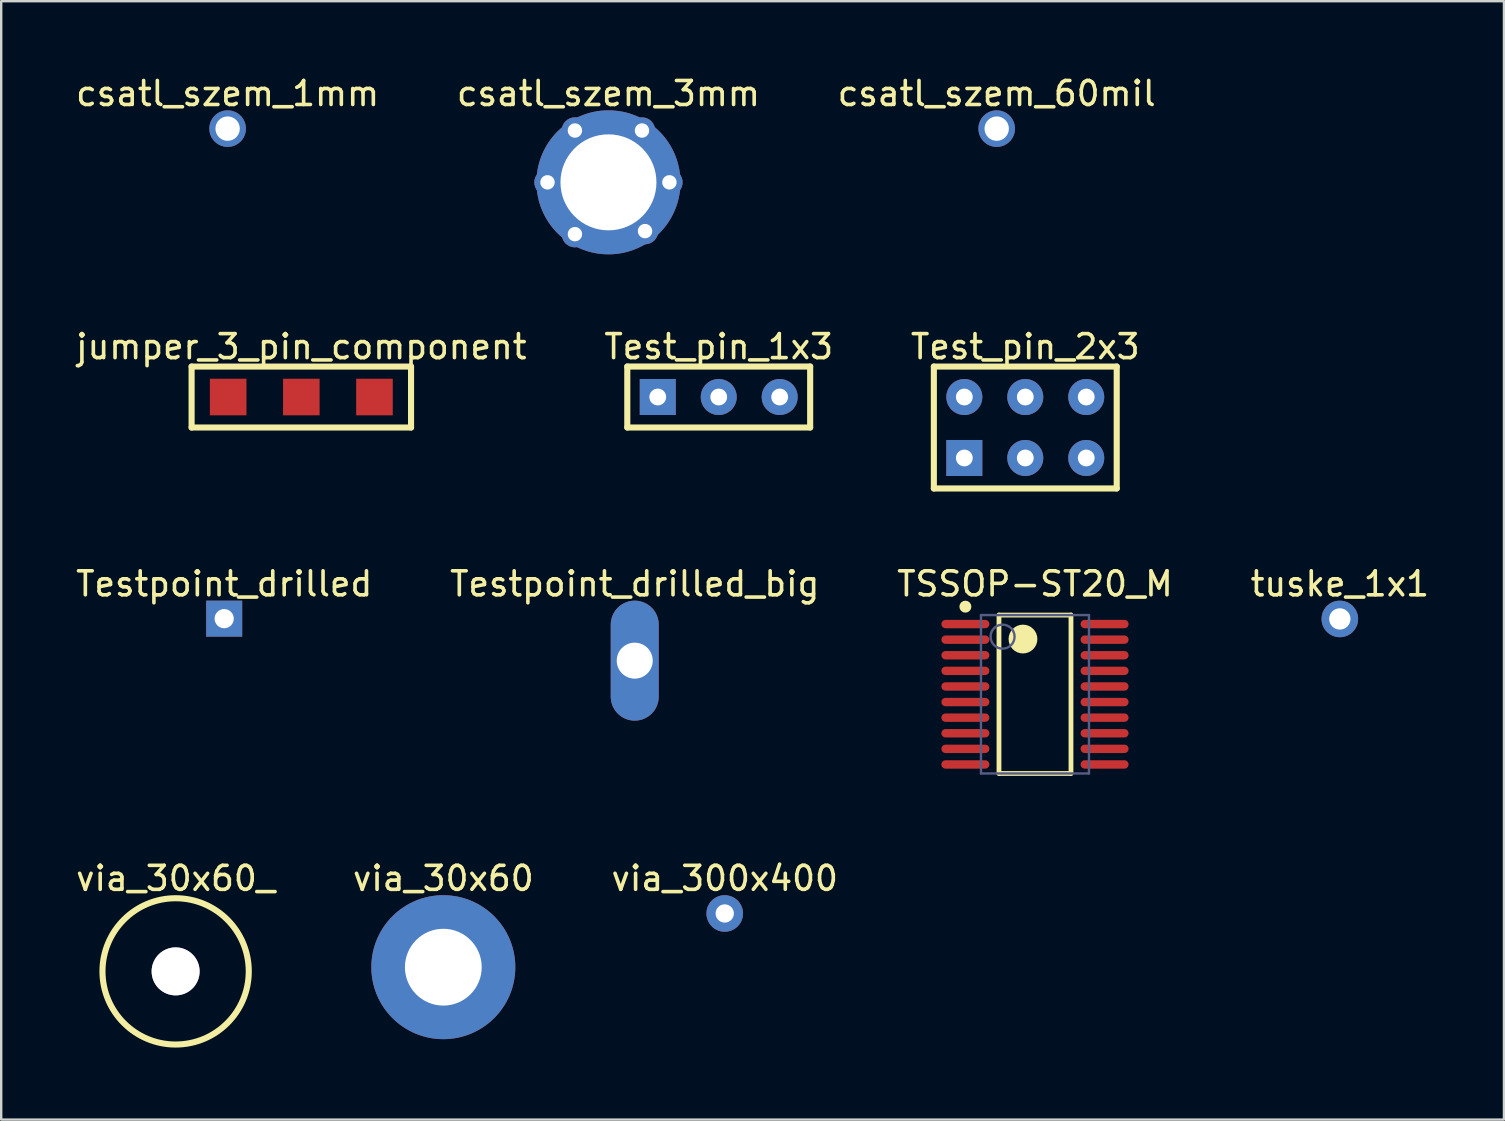
<source format=kicad_pcb>
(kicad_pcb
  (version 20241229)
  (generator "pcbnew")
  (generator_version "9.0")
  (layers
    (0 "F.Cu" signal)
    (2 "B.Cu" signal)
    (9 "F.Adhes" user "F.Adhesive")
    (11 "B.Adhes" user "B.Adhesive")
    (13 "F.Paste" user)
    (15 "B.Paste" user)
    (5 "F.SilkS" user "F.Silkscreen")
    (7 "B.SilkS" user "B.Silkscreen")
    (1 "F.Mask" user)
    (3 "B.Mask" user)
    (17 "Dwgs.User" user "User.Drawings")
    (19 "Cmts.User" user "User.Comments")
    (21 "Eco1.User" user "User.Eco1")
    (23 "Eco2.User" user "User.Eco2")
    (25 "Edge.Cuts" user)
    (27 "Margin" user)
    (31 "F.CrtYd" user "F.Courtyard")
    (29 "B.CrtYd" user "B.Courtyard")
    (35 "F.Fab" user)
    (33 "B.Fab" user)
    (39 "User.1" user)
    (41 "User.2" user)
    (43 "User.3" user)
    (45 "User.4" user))
  (footprint "via_300x400"
    (layer "F.Cu")
    (at 27.149 35.014)
    (property "Reference" "via_300x400" (at 0 -1.462 0) (layer "F.SilkS") (effects (font (size 1 1) (thickness 0.15))))
    (pad "1" thru_hole circle (at 0 0) (size 1.524 1.524) (drill 0.762) (layers "*.Cu" "*.Mask")))
  (footprint "Test_pin_2x3"
    (layer "F.Cu")
    (at 39.673 14.764)
    (property "Reference" "Test_pin_2x3" (at 0 -3.367 0) (layer "F.SilkS") (effects (font (size 1 1) (thickness 0.15))))
    (fp_line (start -3.81 -2.54) (end 3.81 -2.54) (stroke (width 0.254) (type solid)) (layer "F.SilkS"))
    (fp_line (start -3.81 2.54) (end -3.81 -2.54) (stroke (width 0.254) (type solid)) (layer "F.SilkS"))
    (fp_line (start -3.81 2.54) (end 3.81 2.54) (stroke (width 0.254) (type solid)) (layer "F.SilkS"))
    (fp_line (start 3.81 2.54) (end 3.81 -2.54) (stroke (width 0.254) (type solid)) (layer "F.SilkS"))
    (pad "1" thru_hole rect (at -2.54 1.27) (size 1.5 1.5) (drill 0.7) (layers "*.Cu" "*.Mask"))
    (pad "2" thru_hole circle (at -2.54 -1.27) (size 1.5 1.5) (drill 0.7) (layers "*.Cu" "*.Mask"))
    (pad "3" thru_hole circle (at 0 1.27) (size 1.5 1.5) (drill 0.7) (layers "*.Cu" "*.Mask"))
    (pad "4" thru_hole circle (at 0 -1.27) (size 1.5 1.5) (drill 0.7) (layers "*.Cu" "*.Mask"))
    (pad "5" thru_hole circle (at 2.54 1.27) (size 1.5 1.5) (drill 0.7) (layers "*.Cu" "*.Mask"))
    (pad "6" thru_hole circle (at 2.54 -1.27) (size 1.5 1.5) (drill 0.7) (layers "*.Cu" "*.Mask")))
  (footprint "Test_pin_1x3"
    (layer "F.Cu")
    (at 26.899 13.493)
    (property "Reference" "Test_pin_1x3" (at 0 -2.097 0) (layer "F.SilkS") (effects (font (size 1 1) (thickness 0.15))))
    (fp_line (start -3.81 -1.27) (end 3.81 -1.27) (stroke (width 0.254) (type solid)) (layer "F.SilkS"))
    (fp_line (start -3.81 1.27) (end -3.81 -1.27) (stroke (width 0.254) (type solid)) (layer "F.SilkS"))
    (fp_line (start -3.81 1.27) (end 3.81 1.27) (stroke (width 0.254) (type solid)) (layer "F.SilkS"))
    (fp_line (start 3.81 1.27) (end 3.81 -1.27) (stroke (width 0.254) (type solid)) (layer "F.SilkS"))
    (pad "1" thru_hole rect (at -2.54 0) (size 1.5 1.5) (drill 0.7) (layers "*.Cu" "*.Mask"))
    (pad "2" thru_hole circle (at 0 0) (size 1.5 1.5) (drill 0.7) (layers "*.Cu" "*.Mask"))
    (pad "3" thru_hole circle (at 2.54 0) (size 1.5 1.5) (drill 0.7) (layers "*.Cu" "*.Mask")))
  (footprint "csatl_szem_60mil"
    (layer "F.Cu")
    (at 38.482 2.31)
    (property "Reference" "csatl_szem_60mil" (at 0 -1.462 0) (layer "F.SilkS") (effects (font (size 1 1) (thickness 0.15))))
    (pad "1" thru_hole circle (at 0 0) (size 1.524 1.524) (drill 1.016) (layers "*.Cu" "*.Mask")))
  (footprint "csatl_szem_1mm"
    (layer "F.Cu")
    (at 6.435 2.31)
    (property "Reference" "csatl_szem_1mm" (at 0 -1.462 0) (layer "F.SilkS") (effects (font (size 1 1) (thickness 0.15))))
    (pad "1" thru_hole circle (at 0 0 90) (size 1.524 1.524) (drill 1.016) (layers "*.Cu" "*.Mask")))
  (footprint "Testpoint_drilled_big"
    (layer "F.Cu")
    (at 23.399 24.479)
    (property "Reference" "Testpoint_drilled_big" (at 0 -3.2 0) (layer "F.SilkS") (effects (font (size 1 1) (thickness 0.15))))
    (pad "1" thru_hole oval (at 0 0) (size 2 5) (drill 1.5) (layers "*.Cu" "*.Mask")))
  (footprint "tuske_1x1"
    (layer "F.Cu")
    (at 52.805 22.741)
    (property "Reference" "tuske_1x1" (at -0.025 -1.462 0) (layer "F.SilkS") (effects (font (size 1 1) (thickness 0.15))))
    (pad "1" thru_hole circle (at -0.025 0 90) (size 1.524 1.524) (drill 0.889) (layers "*.Cu" "*.Mask")))
  (footprint "csatl_szem_3mm"
    (layer "F.Cu")
    (at 22.304 4.548)
    (property "Reference" "csatl_szem_3mm" (at 0 -3.7 0) (layer "F.SilkS") (effects (font (size 1 1) (thickness 0.15))))
    (fp_line (start -2.667 0.127) (end -2.54 0) (stroke (width 0.635) (type solid)) (layer "B.Cu"))
    (fp_circle (center -2.54 0) (end -2.54 -0.273) (stroke (width 0.546) (type solid)) (fill yes) (layer "F.Paste"))
    (fp_circle (center -1.397 -2.159) (end -1.397 -2.432) (stroke (width 0.546) (type solid)) (fill yes) (layer "F.Paste"))
    (fp_circle (center -1.397 2.159) (end -1.397 1.886) (stroke (width 0.546) (type solid)) (fill yes) (layer "F.Paste"))
    (fp_circle (center 1.397 -2.159) (end 1.397 -2.432) (stroke (width 0.546) (type solid)) (fill yes) (layer "F.Paste"))
    (fp_circle (center 1.524 2.032) (end 1.524 1.759) (stroke (width 0.546) (type solid)) (fill yes) (layer "F.Paste"))
    (fp_circle (center 2.54 0) (end 2.54 -0.273) (stroke (width 0.546) (type solid)) (fill yes) (layer "F.Paste"))
    (fp_circle (center -2.54 0) (end -2.54 -0.273) (stroke (width 0.546) (type solid)) (fill yes) (layer "B.Paste"))
    (fp_circle (center -1.397 -2.159) (end -1.397 -2.432) (stroke (width 0.546) (type solid)) (fill yes) (layer "B.Paste"))
    (fp_circle (center -1.397 2.159) (end -1.397 1.886) (stroke (width 0.546) (type solid)) (fill yes) (layer "B.Paste"))
    (fp_circle (center 1.397 -2.159) (end 1.397 -2.432) (stroke (width 0.546) (type solid)) (fill yes) (layer "B.Paste"))
    (fp_circle (center 1.524 2.032) (end 1.524 1.759) (stroke (width 0.546) (type solid)) (fill yes) (layer "B.Paste"))
    (fp_circle (center 2.54 0) (end 2.54 -0.273) (stroke (width 0.546) (type solid)) (fill yes) (layer "B.Paste"))
    (pad "1" thru_hole circle (at -2.54 0) (size 1.1 1.1) (drill 0.6) (layers "*.Cu" "*.Mask"))
    (pad "1" thru_hole circle (at -1.397 -2.159) (size 1.1 1.1) (drill 0.6) (layers "*.Cu" "*.Mask"))
    (pad "1" thru_hole circle (at -1.397 2.159) (size 1.1 1.1) (drill 0.6) (layers "*.Cu" "*.Mask"))
    (pad "1" thru_hole circle (at 0 0) (size 6 6) (drill 4) (layers "*.Cu" "*.Mask"))
    (pad "1" thru_hole circle (at 1.397 -2.159) (size 1.1 1.1) (drill 0.6) (layers "*.Cu" "*.Mask"))
    (pad "1" thru_hole circle (at 1.524 2.032) (size 1.1 1.1) (drill 0.6) (layers "*.Cu" "*.Mask"))
    (pad "1" thru_hole circle (at 2.54 0) (size 1.1 1.1) (drill 0.6) (layers "*.Cu" "*.Mask")))
  (footprint "via_30x60"
    (layer "F.Cu")
    (at 15.423 37.252)
    (property "Reference" "via_30x60" (at 0 -3.7 0) (layer "F.SilkS") (effects (font (size 1 1) (thickness 0.15))))
    (pad "1" thru_hole circle (at 0 0) (size 6 6) (drill 3.2) (layers "*.Cu" "*.Mask")))
  (footprint "via_30x60_"
    (layer "F.Cu")
    (at 4.268 37.427)
    (property "Reference" "via_30x60_" (at 0 -3.875 0) (layer "F.SilkS") (effects (font (size 1 1) (thickness 0.15))))
    (fp_circle (center 0 0) (end 0 -3.048) (stroke (width 0.254) (type solid)) (fill no) (layer "F.SilkS"))
    (pad "1" thru_hole circle (at 0 0) (size 2 2) (drill 3.2) (layers "*.Cu" "*.Mask")))
  (footprint "jumper_3_pin_component"
    (layer "F.Cu")
    (at 8.49 12.986)
    (property "Reference" "jumper_3_pin_component" (at 1.016 -1.589 0) (layer "F.SilkS") (effects (font (size 1 1) (thickness 0.15))))
    (fp_line (start -3.556 -0.762) (end 5.588 -0.762) (stroke (width 0.254) (type solid)) (layer "F.SilkS"))
    (fp_line (start -3.556 1.778) (end -3.556 -0.762) (stroke (width 0.254) (type solid)) (layer "F.SilkS"))
    (fp_line (start -3.556 1.778) (end 5.588 1.778) (stroke (width 0.254) (type solid)) (layer "F.SilkS"))
    (fp_line (start 5.588 1.778) (end 5.588 -0.762) (stroke (width 0.254) (type solid)) (layer "F.SilkS"))
    (pad "1" smd rect (at -2.032 0.508) (size 1.524 1.524) (layers "F.Cu" "F.Mask" "F.Paste"))
    (pad "2" smd rect (at 1.016 0.508) (size 1.524 1.524) (layers "F.Cu" "F.Mask" "F.Paste"))
    (pad "3" smd rect (at 4.064 0.508) (size 1.524 1.524) (layers "F.Cu" "F.Mask" "F.Paste")))
  (footprint "Testpoint_drilled"
    (layer "F.Cu")
    (at 6.292 22.729)
    (property "Reference" "Testpoint_drilled" (at 0 -1.45 0) (layer "F.SilkS") (effects (font (size 1 1) (thickness 0.15))))
    (pad "1" thru_hole rect (at 0 0) (size 1.5 1.5) (drill 0.8) (layers "*.Cu" "*.Mask")))
  (footprint "TSSOP-ST20_M"
    (layer "F.Cu")
    (at 40.077 25.879)
    (property "Reference" "TSSOP-ST20_M" (at 0 -4.6 0) (layer "F.SilkS") (effects (font (size 1 1) (thickness 0.15))))
    (fp_line (start -1.5 -3.3) (end 1.5 -3.3) (stroke (width 0.2) (type solid)) (layer "F.SilkS"))
    (fp_line (start -1.5 3.3) (end -1.5 -3.3) (stroke (width 0.2) (type solid)) (layer "F.SilkS"))
    (fp_line (start -1.5 3.3) (end 1.5 3.3) (stroke (width 0.2) (type solid)) (layer "F.SilkS"))
    (fp_line (start 1.5 3.3) (end 1.5 -3.3) (stroke (width 0.2) (type solid)) (layer "F.SilkS"))
    (fp_circle (center -2.9 -3.65) (end -2.9 -3.775) (stroke (width 0.25) (type solid)) (fill no) (layer "F.SilkS"))
    (fp_circle (center -0.5 -2.3) (end -0.5 -2.6) (stroke (width 0.6) (type solid)) (fill no) (layer "F.SilkS"))
    (fp_line (start -4.4 -3.8) (end 4.4 -3.8) (stroke (width 0.05) (type solid)) (layer "Eco2.User"))
    (fp_line (start -4.4 3.8) (end -4.4 -3.8) (stroke (width 0.05) (type solid)) (layer "Eco2.User"))
    (fp_line (start -4.4 3.8) (end 4.4 3.8) (stroke (width 0.05) (type solid)) (layer "Eco2.User"))
    (fp_line (start -0.5 0) (end 0.5 0) (stroke (width 0.1) (type solid)) (layer "Eco2.User"))
    (fp_line (start 0 0.5) (end 0 -0.5) (stroke (width 0.1) (type solid)) (layer "Eco2.User"))
    (fp_line (start 4.4 3.8) (end 4.4 -3.8) (stroke (width 0.05) (type solid)) (layer "Eco2.User"))
    (fp_line (start -2.25 -3.3) (end 2.25 -3.3) (stroke (width 0.1) (type solid)) (layer "B.Fab"))
    (fp_line (start -2.25 3.3) (end -2.25 -3.3) (stroke (width 0.1) (type solid)) (layer "B.Fab"))
    (fp_line (start -2.25 3.3) (end 2.25 3.3) (stroke (width 0.1) (type solid)) (layer "B.Fab"))
    (fp_line (start 2.25 3.3) (end 2.25 -3.3) (stroke (width 0.1) (type solid)) (layer "B.Fab"))
    (fp_circle (center -1.35 -2.4) (end -1.35 -2.9) (stroke (width 0.1) (type solid)) (fill no) (layer "B.Fab"))
    (pad "1" smd oval (at -2.9 -2.925 90) (size 0.35 2) (layers "F.Cu" "F.Mask" "F.Paste"))
    (pad "2" smd oval (at -2.9 -2.275 90) (size 0.35 2) (layers "F.Cu" "F.Mask" "F.Paste"))
    (pad "3" smd oval (at -2.9 -1.625 90) (size 0.35 2) (layers "F.Cu" "F.Mask" "F.Paste"))
    (pad "4" smd oval (at -2.9 -0.975 90) (size 0.35 2) (layers "F.Cu" "F.Mask" "F.Paste"))
    (pad "5" smd oval (at -2.9 -0.325 90) (size 0.35 2) (layers "F.Cu" "F.Mask" "F.Paste"))
    (pad "6" smd oval (at -2.9 0.325 90) (size 0.35 2) (layers "F.Cu" "F.Mask" "F.Paste"))
    (pad "7" smd oval (at -2.9 0.975 90) (size 0.35 2) (layers "F.Cu" "F.Mask" "F.Paste"))
    (pad "8" smd oval (at -2.9 1.625 90) (size 0.35 2) (layers "F.Cu" "F.Mask" "F.Paste"))
    (pad "9" smd oval (at -2.9 2.275 90) (size 0.35 2) (layers "F.Cu" "F.Mask" "F.Paste"))
    (pad "10" smd oval (at -2.9 2.925 90) (size 0.35 2) (layers "F.Cu" "F.Mask" "F.Paste"))
    (pad "11" smd oval (at 2.9 2.925 90) (size 0.35 2) (layers "F.Cu" "F.Mask" "F.Paste"))
    (pad "12" smd oval (at 2.9 2.275 90) (size 0.35 2) (layers "F.Cu" "F.Mask" "F.Paste"))
    (pad "13" smd oval (at 2.9 1.625 90) (size 0.35 2) (layers "F.Cu" "F.Mask" "F.Paste"))
    (pad "14" smd oval (at 2.9 0.975 90) (size 0.35 2) (layers "F.Cu" "F.Mask" "F.Paste"))
    (pad "15" smd oval (at 2.9 0.325 90) (size 0.35 2) (layers "F.Cu" "F.Mask" "F.Paste"))
    (pad "16" smd oval (at 2.9 -0.325 90) (size 0.35 2) (layers "F.Cu" "F.Mask" "F.Paste"))
    (pad "17" smd oval (at 2.9 -0.975 90) (size 0.35 2) (layers "F.Cu" "F.Mask" "F.Paste"))
    (pad "18" smd oval (at 2.9 -1.625 90) (size 0.35 2) (layers "F.Cu" "F.Mask" "F.Paste"))
    (pad "19" smd oval (at 2.9 -2.275 90) (size 0.35 2) (layers "F.Cu" "F.Mask" "F.Paste"))
    (pad "20" smd oval (at 2.9 -2.925 90) (size 0.35 2) (layers "F.Cu" "F.Mask" "F.Paste")))
  (gr_rect
    (start -3 -3)
    (end 59.619 43.602)
    (stroke (width 0.1) (type default))
    (fill no)
    (layer "Edge.Cuts")))
</source>
